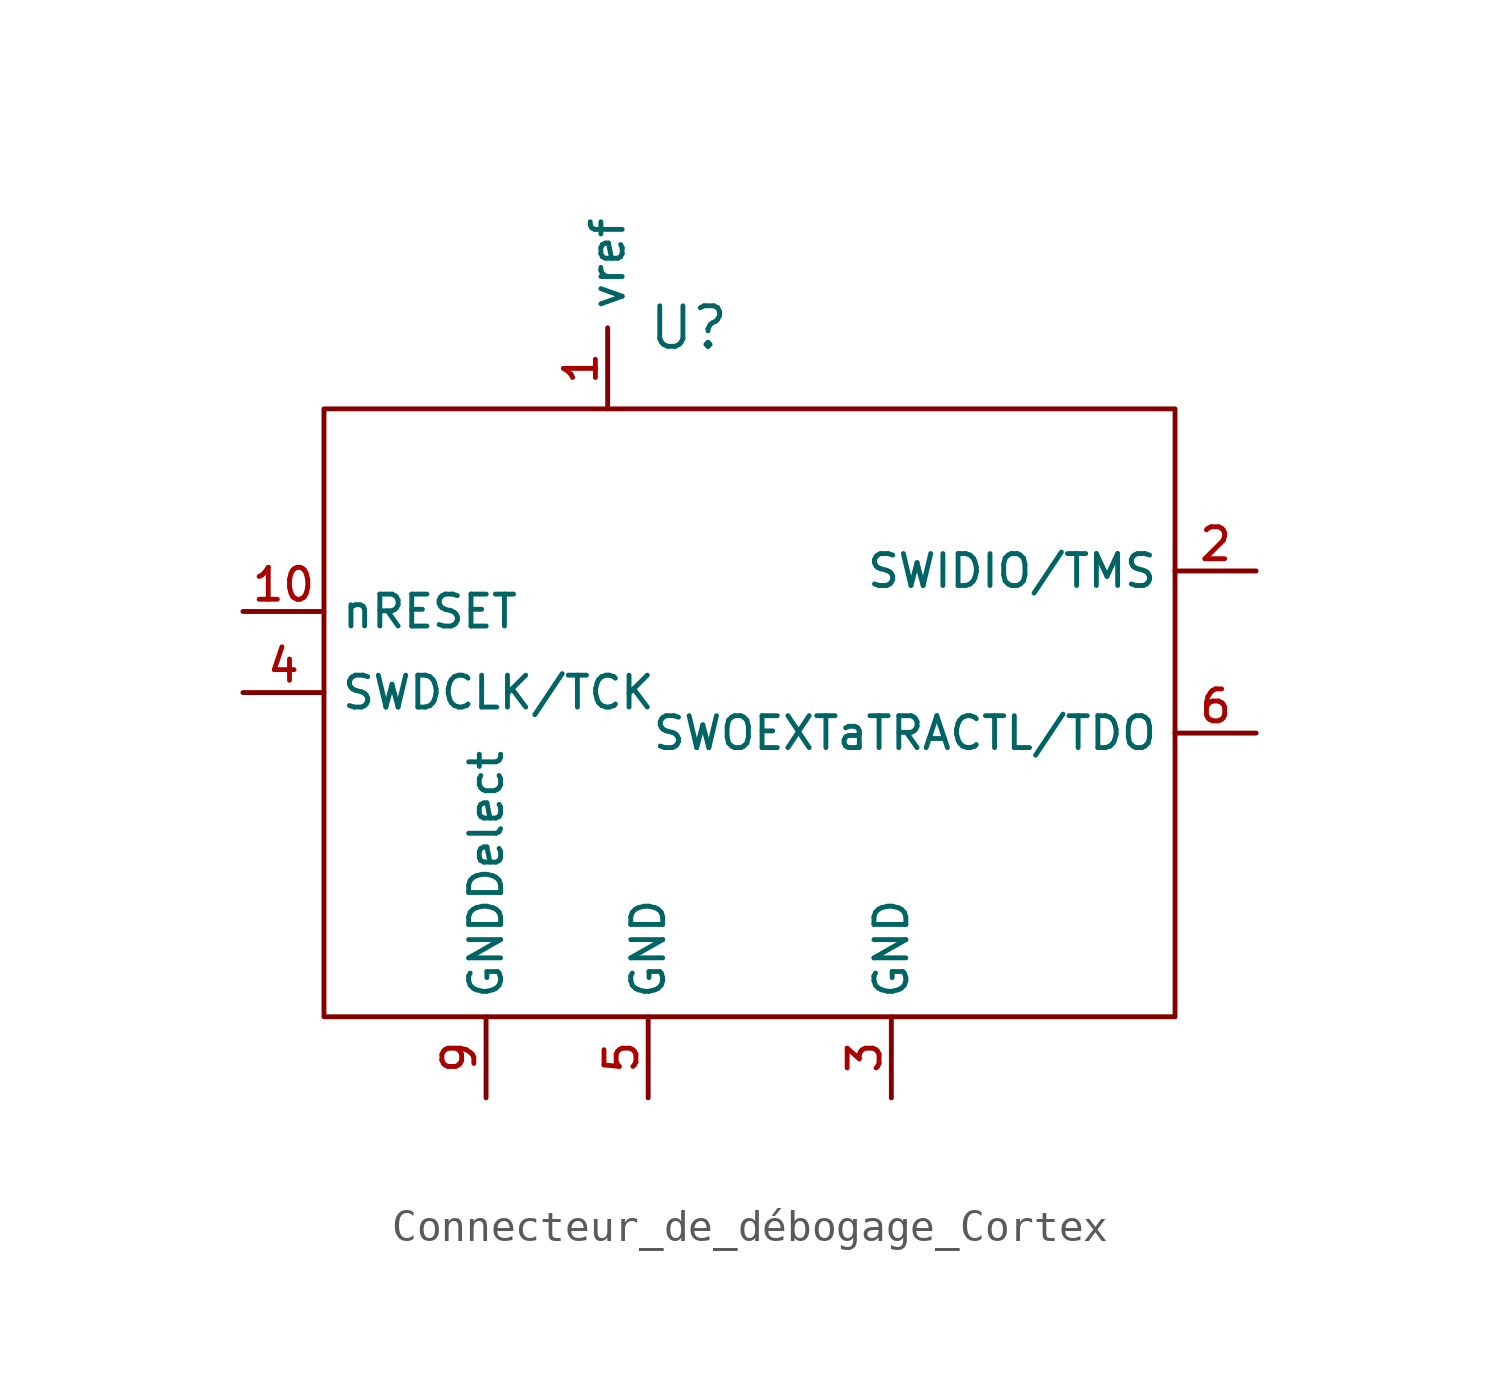
<source format=kicad_sym>
(kicad_symbol_lib
  (version 20220914)
  (generator kicad_symbol_editor)
  (symbol "Connecteur_de_débogage_Cortex"
    (property "Reference" "U"
      (at 1.27 12.7 0)
      (effects (font (size 1.27 1.27))))
    (property "Value" ""
      (at 5.08 6.35 0)
      (effects (font (size 1.27 1.27))))
    (symbol "Connecteur_de_débogage_Cortex_0_1"
      (rectangle (start -10.16 10.16) (end 16.51 -8.89) (stroke (width 0) (type default)) (fill (type none))))
    (symbol "Connecteur_de_débogage_Cortex_1_1"
      (pin power_in line (at -1.27 10.16 90) (length 2.54) (name "vref" (effects (font (size 1 1)))) (number "1" (effects (font (size 1 1)))))
      (pin input line (at -12.7 3.81 0) (length 2.54) (name "nRESET" (effects (font (size 1 1)))) (number "10" (effects (font (size 1 1)))))
      (pin bidirectional line (at 19.05 5.08 180) (length 2.54) (name "SWIDIO/TMS" (effects (font (size 1 1)))) (number "2" (effects (font (size 1 1)))))
      (pin power_out line (at 7.62 -11.43 90) (length 2.54) (name "GND" (effects (font (size 1 1)))) (number "3" (effects (font (size 1 1)))))
      (pin input line (at -12.7 1.27 0) (length 2.54) (name "SWDCLK/TCK" (effects (font (size 1 1)))) (number "4" (effects (font (size 1 1)))))
      (pin power_out line (at 0 -11.43 90) (length 2.54) (name "GND" (effects (font (size 1 1)))) (number "5" (effects (font (size 1 1)))))
      (pin output line (at 19.05 0 180) (length 2.54) (name "SWOEXTaTRACTL/TDO" (effects (font (size 1 1)))) (number "6" (effects (font (size 1 1)))))
      (pin power_out line (at -5.08 -11.43 90) (length 2.54) (name "GNDDelect" (effects (font (size 1 1)))) (number "9" (effects (font (size 1 1))))))))
</source>
